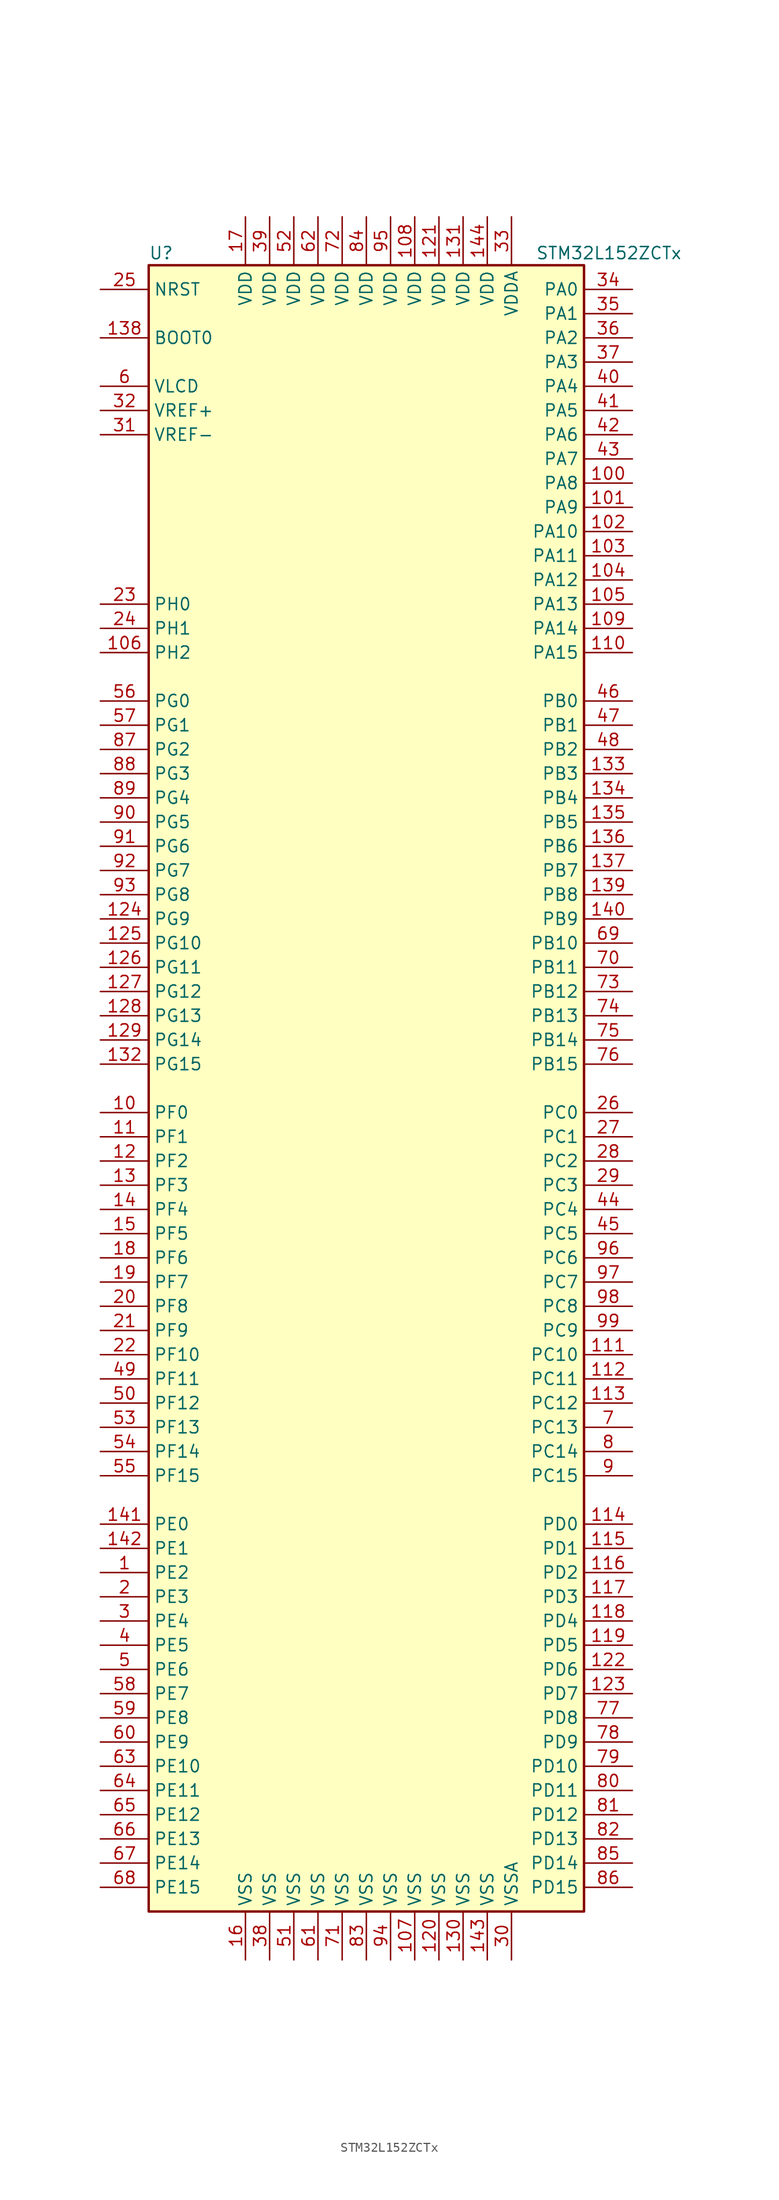
<source format=kicad_sym>
(kicad_symbol_lib
  (version 20201005)
  (generator kicad_symbol_editor)
  (symbol "MCU_ST_STM32L1:STM32L152ZCTx"
    (property "Reference" "U"
      (at -22.86 87.63 0)
      (effects (font (size 1.27 1.27)) (justify left)))
    (property "Value" "STM32L152ZCTx"
      (at 17.78 87.63 0)
      (effects (font (size 1.27 1.27)) (justify left)))
    (symbol "STM32L152ZCTx_0_1"
      (rectangle (start -22.86 -86.36) (end 22.86 86.36) (stroke (width 0.254)) (fill (type background))))
    (symbol "STM32L152ZCTx_1_1"
      (pin input line (at -27.94 78.74 0) (length 5.08) (name "BOOT0" (effects (font (size 1.27 1.27)))) (number "138" (effects (font (size 1.27 1.27)))))
      (pin input line (at -27.94 83.82 0) (length 5.08) (name "NRST" (effects (font (size 1.27 1.27)))) (number "25" (effects (font (size 1.27 1.27)))))
      (pin bidirectional line (at 27.94 83.82 180) (length 5.08) (name "PA0" (effects (font (size 1.27 1.27)))) (number "34" (effects (font (size 1.27 1.27)))))
      (pin bidirectional line (at 27.94 81.28 180) (length 5.08) (name "PA1" (effects (font (size 1.27 1.27)))) (number "35" (effects (font (size 1.27 1.27)))))
      (pin bidirectional line (at 27.94 58.42 180) (length 5.08) (name "PA10" (effects (font (size 1.27 1.27)))) (number "102" (effects (font (size 1.27 1.27)))))
      (pin bidirectional line (at 27.94 55.88 180) (length 5.08) (name "PA11" (effects (font (size 1.27 1.27)))) (number "103" (effects (font (size 1.27 1.27)))))
      (pin bidirectional line (at 27.94 53.34 180) (length 5.08) (name "PA12" (effects (font (size 1.27 1.27)))) (number "104" (effects (font (size 1.27 1.27)))))
      (pin bidirectional line (at 27.94 50.8 180) (length 5.08) (name "PA13" (effects (font (size 1.27 1.27)))) (number "105" (effects (font (size 1.27 1.27)))))
      (pin bidirectional line (at 27.94 48.26 180) (length 5.08) (name "PA14" (effects (font (size 1.27 1.27)))) (number "109" (effects (font (size 1.27 1.27)))))
      (pin bidirectional line (at 27.94 45.72 180) (length 5.08) (name "PA15" (effects (font (size 1.27 1.27)))) (number "110" (effects (font (size 1.27 1.27)))))
      (pin bidirectional line (at 27.94 78.74 180) (length 5.08) (name "PA2" (effects (font (size 1.27 1.27)))) (number "36" (effects (font (size 1.27 1.27)))))
      (pin bidirectional line (at 27.94 76.2 180) (length 5.08) (name "PA3" (effects (font (size 1.27 1.27)))) (number "37" (effects (font (size 1.27 1.27)))))
      (pin bidirectional line (at 27.94 73.66 180) (length 5.08) (name "PA4" (effects (font (size 1.27 1.27)))) (number "40" (effects (font (size 1.27 1.27)))))
      (pin bidirectional line (at 27.94 71.12 180) (length 5.08) (name "PA5" (effects (font (size 1.27 1.27)))) (number "41" (effects (font (size 1.27 1.27)))))
      (pin bidirectional line (at 27.94 68.58 180) (length 5.08) (name "PA6" (effects (font (size 1.27 1.27)))) (number "42" (effects (font (size 1.27 1.27)))))
      (pin bidirectional line (at 27.94 66.04 180) (length 5.08) (name "PA7" (effects (font (size 1.27 1.27)))) (number "43" (effects (font (size 1.27 1.27)))))
      (pin bidirectional line (at 27.94 63.5 180) (length 5.08) (name "PA8" (effects (font (size 1.27 1.27)))) (number "100" (effects (font (size 1.27 1.27)))))
      (pin bidirectional line (at 27.94 60.96 180) (length 5.08) (name "PA9" (effects (font (size 1.27 1.27)))) (number "101" (effects (font (size 1.27 1.27)))))
      (pin bidirectional line (at 27.94 40.64 180) (length 5.08) (name "PB0" (effects (font (size 1.27 1.27)))) (number "46" (effects (font (size 1.27 1.27)))))
      (pin bidirectional line (at 27.94 38.1 180) (length 5.08) (name "PB1" (effects (font (size 1.27 1.27)))) (number "47" (effects (font (size 1.27 1.27)))))
      (pin bidirectional line (at 27.94 15.24 180) (length 5.08) (name "PB10" (effects (font (size 1.27 1.27)))) (number "69" (effects (font (size 1.27 1.27)))))
      (pin bidirectional line (at 27.94 12.7 180) (length 5.08) (name "PB11" (effects (font (size 1.27 1.27)))) (number "70" (effects (font (size 1.27 1.27)))))
      (pin bidirectional line (at 27.94 10.16 180) (length 5.08) (name "PB12" (effects (font (size 1.27 1.27)))) (number "73" (effects (font (size 1.27 1.27)))))
      (pin bidirectional line (at 27.94 7.62 180) (length 5.08) (name "PB13" (effects (font (size 1.27 1.27)))) (number "74" (effects (font (size 1.27 1.27)))))
      (pin bidirectional line (at 27.94 5.08 180) (length 5.08) (name "PB14" (effects (font (size 1.27 1.27)))) (number "75" (effects (font (size 1.27 1.27)))))
      (pin bidirectional line (at 27.94 2.54 180) (length 5.08) (name "PB15" (effects (font (size 1.27 1.27)))) (number "76" (effects (font (size 1.27 1.27)))))
      (pin bidirectional line (at 27.94 35.56 180) (length 5.08) (name "PB2" (effects (font (size 1.27 1.27)))) (number "48" (effects (font (size 1.27 1.27)))))
      (pin bidirectional line (at 27.94 33.02 180) (length 5.08) (name "PB3" (effects (font (size 1.27 1.27)))) (number "133" (effects (font (size 1.27 1.27)))))
      (pin bidirectional line (at 27.94 30.48 180) (length 5.08) (name "PB4" (effects (font (size 1.27 1.27)))) (number "134" (effects (font (size 1.27 1.27)))))
      (pin bidirectional line (at 27.94 27.94 180) (length 5.08) (name "PB5" (effects (font (size 1.27 1.27)))) (number "135" (effects (font (size 1.27 1.27)))))
      (pin bidirectional line (at 27.94 25.4 180) (length 5.08) (name "PB6" (effects (font (size 1.27 1.27)))) (number "136" (effects (font (size 1.27 1.27)))))
      (pin bidirectional line (at 27.94 22.86 180) (length 5.08) (name "PB7" (effects (font (size 1.27 1.27)))) (number "137" (effects (font (size 1.27 1.27)))))
      (pin bidirectional line (at 27.94 20.32 180) (length 5.08) (name "PB8" (effects (font (size 1.27 1.27)))) (number "139" (effects (font (size 1.27 1.27)))))
      (pin bidirectional line (at 27.94 17.78 180) (length 5.08) (name "PB9" (effects (font (size 1.27 1.27)))) (number "140" (effects (font (size 1.27 1.27)))))
      (pin bidirectional line (at 27.94 -2.54 180) (length 5.08) (name "PC0" (effects (font (size 1.27 1.27)))) (number "26" (effects (font (size 1.27 1.27)))))
      (pin bidirectional line (at 27.94 -5.08 180) (length 5.08) (name "PC1" (effects (font (size 1.27 1.27)))) (number "27" (effects (font (size 1.27 1.27)))))
      (pin bidirectional line (at 27.94 -27.94 180) (length 5.08) (name "PC10" (effects (font (size 1.27 1.27)))) (number "111" (effects (font (size 1.27 1.27)))))
      (pin bidirectional line (at 27.94 -30.48 180) (length 5.08) (name "PC11" (effects (font (size 1.27 1.27)))) (number "112" (effects (font (size 1.27 1.27)))))
      (pin bidirectional line (at 27.94 -33.02 180) (length 5.08) (name "PC12" (effects (font (size 1.27 1.27)))) (number "113" (effects (font (size 1.27 1.27)))))
      (pin bidirectional line (at 27.94 -35.56 180) (length 5.08) (name "PC13" (effects (font (size 1.27 1.27)))) (number "7" (effects (font (size 1.27 1.27)))))
      (pin bidirectional line (at 27.94 -38.1 180) (length 5.08) (name "PC14" (effects (font (size 1.27 1.27)))) (number "8" (effects (font (size 1.27 1.27)))))
      (pin bidirectional line (at 27.94 -40.64 180) (length 5.08) (name "PC15" (effects (font (size 1.27 1.27)))) (number "9" (effects (font (size 1.27 1.27)))))
      (pin bidirectional line (at 27.94 -7.62 180) (length 5.08) (name "PC2" (effects (font (size 1.27 1.27)))) (number "28" (effects (font (size 1.27 1.27)))))
      (pin bidirectional line (at 27.94 -10.16 180) (length 5.08) (name "PC3" (effects (font (size 1.27 1.27)))) (number "29" (effects (font (size 1.27 1.27)))))
      (pin bidirectional line (at 27.94 -12.7 180) (length 5.08) (name "PC4" (effects (font (size 1.27 1.27)))) (number "44" (effects (font (size 1.27 1.27)))))
      (pin bidirectional line (at 27.94 -15.24 180) (length 5.08) (name "PC5" (effects (font (size 1.27 1.27)))) (number "45" (effects (font (size 1.27 1.27)))))
      (pin bidirectional line (at 27.94 -17.78 180) (length 5.08) (name "PC6" (effects (font (size 1.27 1.27)))) (number "96" (effects (font (size 1.27 1.27)))))
      (pin bidirectional line (at 27.94 -20.32 180) (length 5.08) (name "PC7" (effects (font (size 1.27 1.27)))) (number "97" (effects (font (size 1.27 1.27)))))
      (pin bidirectional line (at 27.94 -22.86 180) (length 5.08) (name "PC8" (effects (font (size 1.27 1.27)))) (number "98" (effects (font (size 1.27 1.27)))))
      (pin bidirectional line (at 27.94 -25.4 180) (length 5.08) (name "PC9" (effects (font (size 1.27 1.27)))) (number "99" (effects (font (size 1.27 1.27)))))
      (pin bidirectional line (at 27.94 -45.72 180) (length 5.08) (name "PD0" (effects (font (size 1.27 1.27)))) (number "114" (effects (font (size 1.27 1.27)))))
      (pin bidirectional line (at 27.94 -48.26 180) (length 5.08) (name "PD1" (effects (font (size 1.27 1.27)))) (number "115" (effects (font (size 1.27 1.27)))))
      (pin bidirectional line (at 27.94 -71.12 180) (length 5.08) (name "PD10" (effects (font (size 1.27 1.27)))) (number "79" (effects (font (size 1.27 1.27)))))
      (pin bidirectional line (at 27.94 -73.66 180) (length 5.08) (name "PD11" (effects (font (size 1.27 1.27)))) (number "80" (effects (font (size 1.27 1.27)))))
      (pin bidirectional line (at 27.94 -76.2 180) (length 5.08) (name "PD12" (effects (font (size 1.27 1.27)))) (number "81" (effects (font (size 1.27 1.27)))))
      (pin bidirectional line (at 27.94 -78.74 180) (length 5.08) (name "PD13" (effects (font (size 1.27 1.27)))) (number "82" (effects (font (size 1.27 1.27)))))
      (pin bidirectional line (at 27.94 -81.28 180) (length 5.08) (name "PD14" (effects (font (size 1.27 1.27)))) (number "85" (effects (font (size 1.27 1.27)))))
      (pin bidirectional line (at 27.94 -83.82 180) (length 5.08) (name "PD15" (effects (font (size 1.27 1.27)))) (number "86" (effects (font (size 1.27 1.27)))))
      (pin bidirectional line (at 27.94 -50.8 180) (length 5.08) (name "PD2" (effects (font (size 1.27 1.27)))) (number "116" (effects (font (size 1.27 1.27)))))
      (pin bidirectional line (at 27.94 -53.34 180) (length 5.08) (name "PD3" (effects (font (size 1.27 1.27)))) (number "117" (effects (font (size 1.27 1.27)))))
      (pin bidirectional line (at 27.94 -55.88 180) (length 5.08) (name "PD4" (effects (font (size 1.27 1.27)))) (number "118" (effects (font (size 1.27 1.27)))))
      (pin bidirectional line (at 27.94 -58.42 180) (length 5.08) (name "PD5" (effects (font (size 1.27 1.27)))) (number "119" (effects (font (size 1.27 1.27)))))
      (pin bidirectional line (at 27.94 -60.96 180) (length 5.08) (name "PD6" (effects (font (size 1.27 1.27)))) (number "122" (effects (font (size 1.27 1.27)))))
      (pin bidirectional line (at 27.94 -63.5 180) (length 5.08) (name "PD7" (effects (font (size 1.27 1.27)))) (number "123" (effects (font (size 1.27 1.27)))))
      (pin bidirectional line (at 27.94 -66.04 180) (length 5.08) (name "PD8" (effects (font (size 1.27 1.27)))) (number "77" (effects (font (size 1.27 1.27)))))
      (pin bidirectional line (at 27.94 -68.58 180) (length 5.08) (name "PD9" (effects (font (size 1.27 1.27)))) (number "78" (effects (font (size 1.27 1.27)))))
      (pin bidirectional line (at -27.94 -45.72 0) (length 5.08) (name "PE0" (effects (font (size 1.27 1.27)))) (number "141" (effects (font (size 1.27 1.27)))))
      (pin bidirectional line (at -27.94 -48.26 0) (length 5.08) (name "PE1" (effects (font (size 1.27 1.27)))) (number "142" (effects (font (size 1.27 1.27)))))
      (pin bidirectional line (at -27.94 -71.12 0) (length 5.08) (name "PE10" (effects (font (size 1.27 1.27)))) (number "63" (effects (font (size 1.27 1.27)))))
      (pin bidirectional line (at -27.94 -73.66 0) (length 5.08) (name "PE11" (effects (font (size 1.27 1.27)))) (number "64" (effects (font (size 1.27 1.27)))))
      (pin bidirectional line (at -27.94 -76.2 0) (length 5.08) (name "PE12" (effects (font (size 1.27 1.27)))) (number "65" (effects (font (size 1.27 1.27)))))
      (pin bidirectional line (at -27.94 -78.74 0) (length 5.08) (name "PE13" (effects (font (size 1.27 1.27)))) (number "66" (effects (font (size 1.27 1.27)))))
      (pin bidirectional line (at -27.94 -81.28 0) (length 5.08) (name "PE14" (effects (font (size 1.27 1.27)))) (number "67" (effects (font (size 1.27 1.27)))))
      (pin bidirectional line (at -27.94 -83.82 0) (length 5.08) (name "PE15" (effects (font (size 1.27 1.27)))) (number "68" (effects (font (size 1.27 1.27)))))
      (pin bidirectional line (at -27.94 -50.8 0) (length 5.08) (name "PE2" (effects (font (size 1.27 1.27)))) (number "1" (effects (font (size 1.27 1.27)))))
      (pin bidirectional line (at -27.94 -53.34 0) (length 5.08) (name "PE3" (effects (font (size 1.27 1.27)))) (number "2" (effects (font (size 1.27 1.27)))))
      (pin bidirectional line (at -27.94 -55.88 0) (length 5.08) (name "PE4" (effects (font (size 1.27 1.27)))) (number "3" (effects (font (size 1.27 1.27)))))
      (pin bidirectional line (at -27.94 -58.42 0) (length 5.08) (name "PE5" (effects (font (size 1.27 1.27)))) (number "4" (effects (font (size 1.27 1.27)))))
      (pin bidirectional line (at -27.94 -60.96 0) (length 5.08) (name "PE6" (effects (font (size 1.27 1.27)))) (number "5" (effects (font (size 1.27 1.27)))))
      (pin bidirectional line (at -27.94 -63.5 0) (length 5.08) (name "PE7" (effects (font (size 1.27 1.27)))) (number "58" (effects (font (size 1.27 1.27)))))
      (pin bidirectional line (at -27.94 -66.04 0) (length 5.08) (name "PE8" (effects (font (size 1.27 1.27)))) (number "59" (effects (font (size 1.27 1.27)))))
      (pin bidirectional line (at -27.94 -68.58 0) (length 5.08) (name "PE9" (effects (font (size 1.27 1.27)))) (number "60" (effects (font (size 1.27 1.27)))))
      (pin bidirectional line (at -27.94 -2.54 0) (length 5.08) (name "PF0" (effects (font (size 1.27 1.27)))) (number "10" (effects (font (size 1.27 1.27)))))
      (pin bidirectional line (at -27.94 -5.08 0) (length 5.08) (name "PF1" (effects (font (size 1.27 1.27)))) (number "11" (effects (font (size 1.27 1.27)))))
      (pin bidirectional line (at -27.94 -27.94 0) (length 5.08) (name "PF10" (effects (font (size 1.27 1.27)))) (number "22" (effects (font (size 1.27 1.27)))))
      (pin bidirectional line (at -27.94 -30.48 0) (length 5.08) (name "PF11" (effects (font (size 1.27 1.27)))) (number "49" (effects (font (size 1.27 1.27)))))
      (pin bidirectional line (at -27.94 -33.02 0) (length 5.08) (name "PF12" (effects (font (size 1.27 1.27)))) (number "50" (effects (font (size 1.27 1.27)))))
      (pin bidirectional line (at -27.94 -35.56 0) (length 5.08) (name "PF13" (effects (font (size 1.27 1.27)))) (number "53" (effects (font (size 1.27 1.27)))))
      (pin bidirectional line (at -27.94 -38.1 0) (length 5.08) (name "PF14" (effects (font (size 1.27 1.27)))) (number "54" (effects (font (size 1.27 1.27)))))
      (pin bidirectional line (at -27.94 -40.64 0) (length 5.08) (name "PF15" (effects (font (size 1.27 1.27)))) (number "55" (effects (font (size 1.27 1.27)))))
      (pin bidirectional line (at -27.94 -7.62 0) (length 5.08) (name "PF2" (effects (font (size 1.27 1.27)))) (number "12" (effects (font (size 1.27 1.27)))))
      (pin bidirectional line (at -27.94 -10.16 0) (length 5.08) (name "PF3" (effects (font (size 1.27 1.27)))) (number "13" (effects (font (size 1.27 1.27)))))
      (pin bidirectional line (at -27.94 -12.7 0) (length 5.08) (name "PF4" (effects (font (size 1.27 1.27)))) (number "14" (effects (font (size 1.27 1.27)))))
      (pin bidirectional line (at -27.94 -15.24 0) (length 5.08) (name "PF5" (effects (font (size 1.27 1.27)))) (number "15" (effects (font (size 1.27 1.27)))))
      (pin bidirectional line (at -27.94 -17.78 0) (length 5.08) (name "PF6" (effects (font (size 1.27 1.27)))) (number "18" (effects (font (size 1.27 1.27)))))
      (pin bidirectional line (at -27.94 -20.32 0) (length 5.08) (name "PF7" (effects (font (size 1.27 1.27)))) (number "19" (effects (font (size 1.27 1.27)))))
      (pin bidirectional line (at -27.94 -22.86 0) (length 5.08) (name "PF8" (effects (font (size 1.27 1.27)))) (number "20" (effects (font (size 1.27 1.27)))))
      (pin bidirectional line (at -27.94 -25.4 0) (length 5.08) (name "PF9" (effects (font (size 1.27 1.27)))) (number "21" (effects (font (size 1.27 1.27)))))
      (pin bidirectional line (at -27.94 40.64 0) (length 5.08) (name "PG0" (effects (font (size 1.27 1.27)))) (number "56" (effects (font (size 1.27 1.27)))))
      (pin bidirectional line (at -27.94 38.1 0) (length 5.08) (name "PG1" (effects (font (size 1.27 1.27)))) (number "57" (effects (font (size 1.27 1.27)))))
      (pin bidirectional line (at -27.94 15.24 0) (length 5.08) (name "PG10" (effects (font (size 1.27 1.27)))) (number "125" (effects (font (size 1.27 1.27)))))
      (pin bidirectional line (at -27.94 12.7 0) (length 5.08) (name "PG11" (effects (font (size 1.27 1.27)))) (number "126" (effects (font (size 1.27 1.27)))))
      (pin bidirectional line (at -27.94 10.16 0) (length 5.08) (name "PG12" (effects (font (size 1.27 1.27)))) (number "127" (effects (font (size 1.27 1.27)))))
      (pin bidirectional line (at -27.94 7.62 0) (length 5.08) (name "PG13" (effects (font (size 1.27 1.27)))) (number "128" (effects (font (size 1.27 1.27)))))
      (pin bidirectional line (at -27.94 5.08 0) (length 5.08) (name "PG14" (effects (font (size 1.27 1.27)))) (number "129" (effects (font (size 1.27 1.27)))))
      (pin bidirectional line (at -27.94 2.54 0) (length 5.08) (name "PG15" (effects (font (size 1.27 1.27)))) (number "132" (effects (font (size 1.27 1.27)))))
      (pin bidirectional line (at -27.94 35.56 0) (length 5.08) (name "PG2" (effects (font (size 1.27 1.27)))) (number "87" (effects (font (size 1.27 1.27)))))
      (pin bidirectional line (at -27.94 33.02 0) (length 5.08) (name "PG3" (effects (font (size 1.27 1.27)))) (number "88" (effects (font (size 1.27 1.27)))))
      (pin bidirectional line (at -27.94 30.48 0) (length 5.08) (name "PG4" (effects (font (size 1.27 1.27)))) (number "89" (effects (font (size 1.27 1.27)))))
      (pin bidirectional line (at -27.94 27.94 0) (length 5.08) (name "PG5" (effects (font (size 1.27 1.27)))) (number "90" (effects (font (size 1.27 1.27)))))
      (pin bidirectional line (at -27.94 25.4 0) (length 5.08) (name "PG6" (effects (font (size 1.27 1.27)))) (number "91" (effects (font (size 1.27 1.27)))))
      (pin bidirectional line (at -27.94 22.86 0) (length 5.08) (name "PG7" (effects (font (size 1.27 1.27)))) (number "92" (effects (font (size 1.27 1.27)))))
      (pin bidirectional line (at -27.94 20.32 0) (length 5.08) (name "PG8" (effects (font (size 1.27 1.27)))) (number "93" (effects (font (size 1.27 1.27)))))
      (pin bidirectional line (at -27.94 17.78 0) (length 5.08) (name "PG9" (effects (font (size 1.27 1.27)))) (number "124" (effects (font (size 1.27 1.27)))))
      (pin input line (at -27.94 50.8 0) (length 5.08) (name "PH0" (effects (font (size 1.27 1.27)))) (number "23" (effects (font (size 1.27 1.27)))))
      (pin input line (at -27.94 48.26 0) (length 5.08) (name "PH1" (effects (font (size 1.27 1.27)))) (number "24" (effects (font (size 1.27 1.27)))))
      (pin bidirectional line (at -27.94 45.72 0) (length 5.08) (name "PH2" (effects (font (size 1.27 1.27)))) (number "106" (effects (font (size 1.27 1.27)))))
      (pin power_in line (at 5.08 91.44 270) (length 5.08) (name "VDD" (effects (font (size 1.27 1.27)))) (number "108" (effects (font (size 1.27 1.27)))))
      (pin power_in line (at 7.62 91.44 270) (length 5.08) (name "VDD" (effects (font (size 1.27 1.27)))) (number "121" (effects (font (size 1.27 1.27)))))
      (pin power_in line (at 10.16 91.44 270) (length 5.08) (name "VDD" (effects (font (size 1.27 1.27)))) (number "131" (effects (font (size 1.27 1.27)))))
      (pin power_in line (at 12.7 91.44 270) (length 5.08) (name "VDD" (effects (font (size 1.27 1.27)))) (number "144" (effects (font (size 1.27 1.27)))))
      (pin power_in line (at -12.7 91.44 270) (length 5.08) (name "VDD" (effects (font (size 1.27 1.27)))) (number "17" (effects (font (size 1.27 1.27)))))
      (pin power_in line (at -10.16 91.44 270) (length 5.08) (name "VDD" (effects (font (size 1.27 1.27)))) (number "39" (effects (font (size 1.27 1.27)))))
      (pin power_in line (at -7.62 91.44 270) (length 5.08) (name "VDD" (effects (font (size 1.27 1.27)))) (number "52" (effects (font (size 1.27 1.27)))))
      (pin power_in line (at -5.08 91.44 270) (length 5.08) (name "VDD" (effects (font (size 1.27 1.27)))) (number "62" (effects (font (size 1.27 1.27)))))
      (pin power_in line (at -2.54 91.44 270) (length 5.08) (name "VDD" (effects (font (size 1.27 1.27)))) (number "72" (effects (font (size 1.27 1.27)))))
      (pin power_in line (at 0 91.44 270) (length 5.08) (name "VDD" (effects (font (size 1.27 1.27)))) (number "84" (effects (font (size 1.27 1.27)))))
      (pin power_in line (at 2.54 91.44 270) (length 5.08) (name "VDD" (effects (font (size 1.27 1.27)))) (number "95" (effects (font (size 1.27 1.27)))))
      (pin power_in line (at 15.24 91.44 270) (length 5.08) (name "VDDA" (effects (font (size 1.27 1.27)))) (number "33" (effects (font (size 1.27 1.27)))))
      (pin power_in line (at -27.94 73.66 0) (length 5.08) (name "VLCD" (effects (font (size 1.27 1.27)))) (number "6" (effects (font (size 1.27 1.27)))))
      (pin power_in line (at -27.94 71.12 0) (length 5.08) (name "VREF+" (effects (font (size 1.27 1.27)))) (number "32" (effects (font (size 1.27 1.27)))))
      (pin power_in line (at -27.94 68.58 0) (length 5.08) (name "VREF-" (effects (font (size 1.27 1.27)))) (number "31" (effects (font (size 1.27 1.27)))))
      (pin power_in line (at 5.08 -91.44 90) (length 5.08) (name "VSS" (effects (font (size 1.27 1.27)))) (number "107" (effects (font (size 1.27 1.27)))))
      (pin power_in line (at 7.62 -91.44 90) (length 5.08) (name "VSS" (effects (font (size 1.27 1.27)))) (number "120" (effects (font (size 1.27 1.27)))))
      (pin power_in line (at 10.16 -91.44 90) (length 5.08) (name "VSS" (effects (font (size 1.27 1.27)))) (number "130" (effects (font (size 1.27 1.27)))))
      (pin power_in line (at 12.7 -91.44 90) (length 5.08) (name "VSS" (effects (font (size 1.27 1.27)))) (number "143" (effects (font (size 1.27 1.27)))))
      (pin power_in line (at -12.7 -91.44 90) (length 5.08) (name "VSS" (effects (font (size 1.27 1.27)))) (number "16" (effects (font (size 1.27 1.27)))))
      (pin power_in line (at -10.16 -91.44 90) (length 5.08) (name "VSS" (effects (font (size 1.27 1.27)))) (number "38" (effects (font (size 1.27 1.27)))))
      (pin power_in line (at -7.62 -91.44 90) (length 5.08) (name "VSS" (effects (font (size 1.27 1.27)))) (number "51" (effects (font (size 1.27 1.27)))))
      (pin power_in line (at -5.08 -91.44 90) (length 5.08) (name "VSS" (effects (font (size 1.27 1.27)))) (number "61" (effects (font (size 1.27 1.27)))))
      (pin power_in line (at -2.54 -91.44 90) (length 5.08) (name "VSS" (effects (font (size 1.27 1.27)))) (number "71" (effects (font (size 1.27 1.27)))))
      (pin power_in line (at 0 -91.44 90) (length 5.08) (name "VSS" (effects (font (size 1.27 1.27)))) (number "83" (effects (font (size 1.27 1.27)))))
      (pin power_in line (at 2.54 -91.44 90) (length 5.08) (name "VSS" (effects (font (size 1.27 1.27)))) (number "94" (effects (font (size 1.27 1.27)))))
      (pin power_in line (at 15.24 -91.44 90) (length 5.08) (name "VSSA" (effects (font (size 1.27 1.27)))) (number "30" (effects (font (size 1.27 1.27))))))))
</source>
